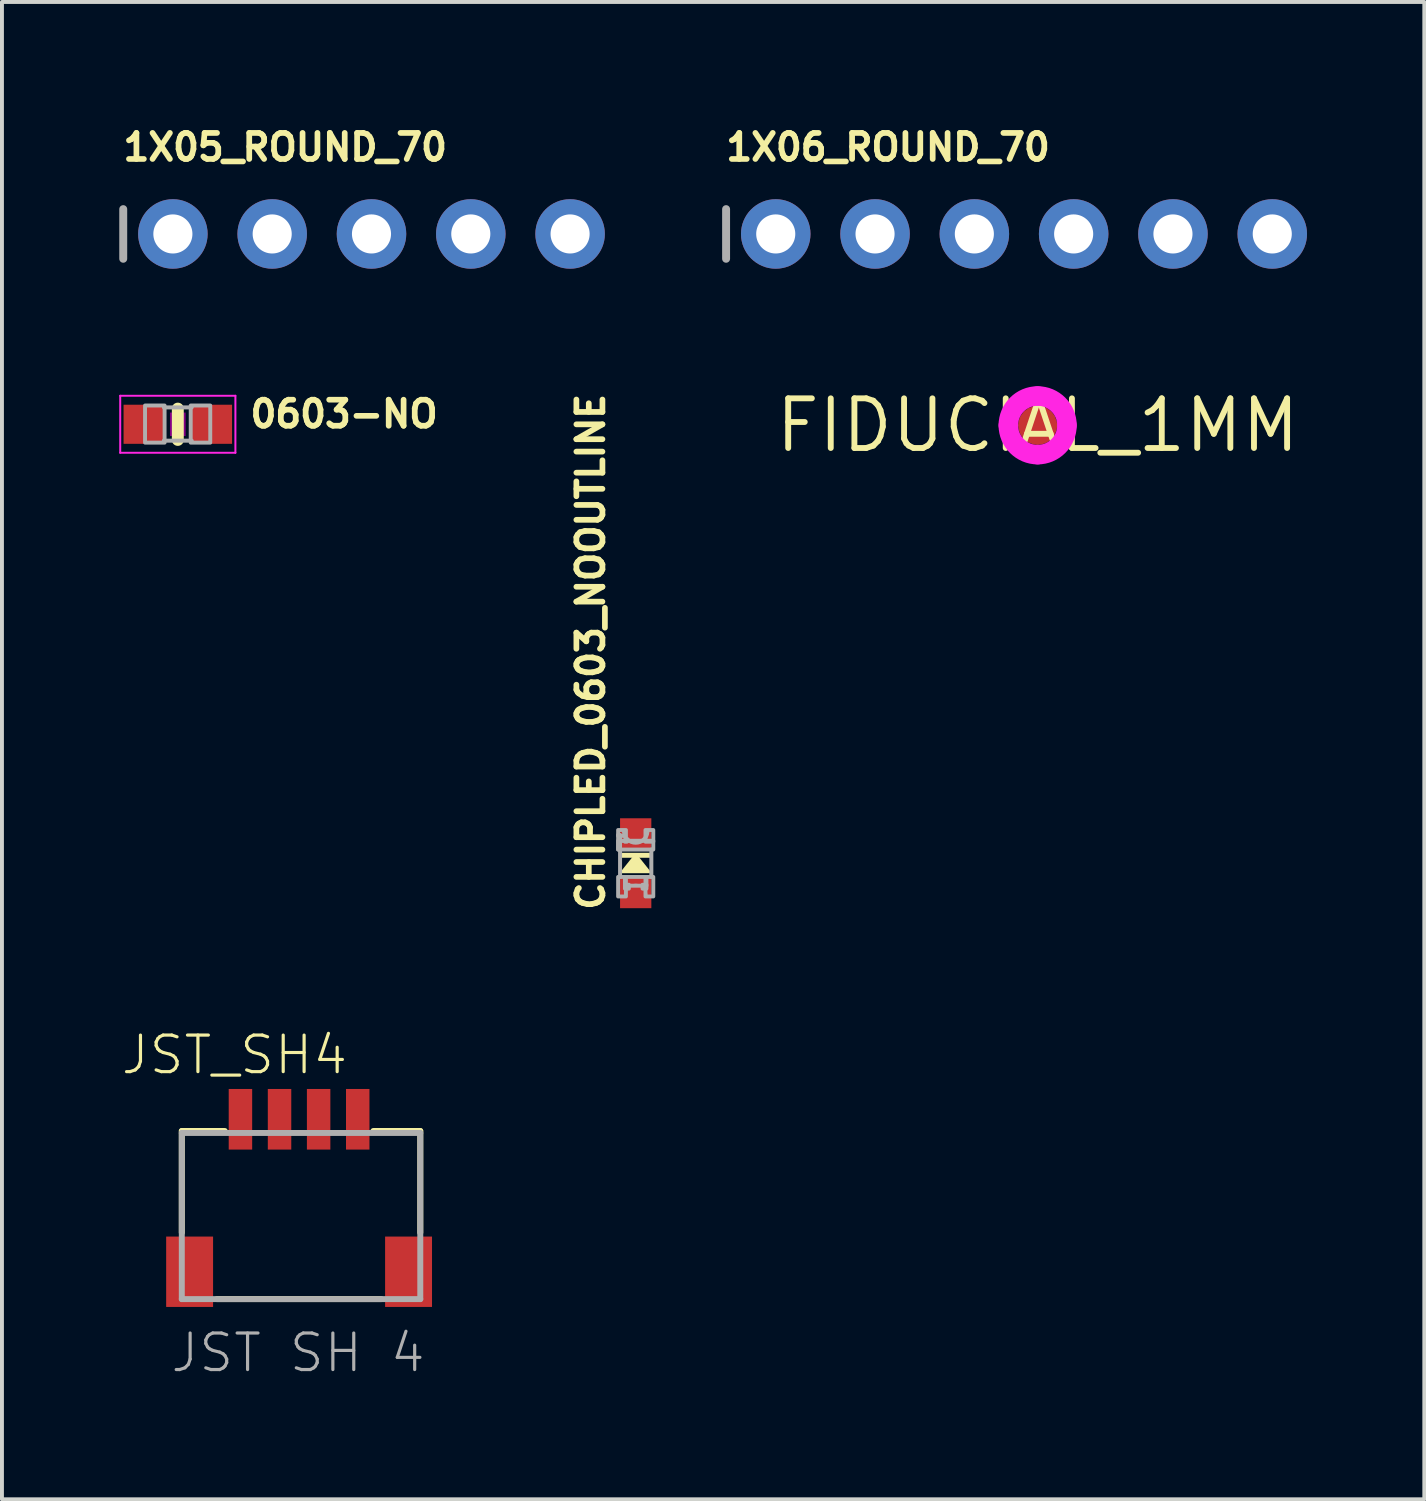
<source format=kicad_pcb>
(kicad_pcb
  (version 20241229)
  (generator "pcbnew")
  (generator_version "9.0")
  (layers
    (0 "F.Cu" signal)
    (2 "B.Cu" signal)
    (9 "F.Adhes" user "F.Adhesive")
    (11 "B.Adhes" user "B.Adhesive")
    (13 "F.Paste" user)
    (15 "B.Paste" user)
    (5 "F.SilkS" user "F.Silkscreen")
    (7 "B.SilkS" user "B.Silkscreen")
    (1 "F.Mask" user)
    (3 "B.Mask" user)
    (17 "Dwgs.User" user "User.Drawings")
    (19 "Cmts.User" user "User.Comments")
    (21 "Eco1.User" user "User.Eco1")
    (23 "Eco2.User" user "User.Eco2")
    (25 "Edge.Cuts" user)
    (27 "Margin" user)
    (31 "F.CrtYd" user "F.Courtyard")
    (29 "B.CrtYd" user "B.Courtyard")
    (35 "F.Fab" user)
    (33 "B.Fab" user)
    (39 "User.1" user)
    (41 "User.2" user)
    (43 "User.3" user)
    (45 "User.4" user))
  (footprint "CHIPLED_0603_NOOUTLINE"
    (layer "F.Cu")
    (at 13.21 19.03)
    (property "Reference" "CHIPLED_0603_NOOUTLINE" (at -0.762 1.27 90) (layer "F.SilkS") (effects (font (size 0.666 0.666) (thickness 0.146)) (justify left bottom)))
    (fp_poly (pts (xy 0.413 0.254) (xy -0.413 0.254) (xy 0 -0.262)) (stroke (width 0) (type solid)) (fill yes) (layer "F.SilkS"))
    (fp_poly (pts (xy -0.381 -0.14) (xy 0.381 -0.14) (xy 0.381 -0.267) (xy -0.381 -0.267)) (stroke (width 0) (type solid)) (fill yes) (layer "F.SilkS"))
    (fp_line (start -0.4 -0.375) (end -0.4 0.35) (stroke (width 0.102) (type solid)) (layer "F.Fab"))
    (fp_line (start 0.4 -0.35) (end 0.4 0.35) (stroke (width 0.102) (type solid)) (layer "F.Fab"))
    (fp_arc (start -0.275 0.825) (mid 0 0.55) (end 0.275 0.825) (stroke (width 0.0508) (type solid)) (layer "F.Fab"))
    (fp_arc (start 0.3 -0.799998) (mid -0.000001 -0.524966) (end -0.3 -0.8) (stroke (width 0.1016) (type solid)) (layer "F.Fab"))
    (fp_circle (center -0.35 -0.625) (end -0.275 -0.625) (stroke (width 0.051) (type solid)) (fill no) (layer "F.Fab"))
    (fp_poly (pts (xy -0.45 -0.7) (xy -0.25 -0.7) (xy -0.25 -0.85) (xy -0.45 -0.85)) (stroke (width 0.1) (type solid)) (fill no) (layer "F.Fab"))
    (fp_poly (pts (xy -0.45 -0.35) (xy -0.4 -0.35) (xy -0.4 -0.725) (xy -0.45 -0.725)) (stroke (width 0.1) (type solid)) (fill no) (layer "F.Fab"))
    (fp_poly (pts (xy -0.45 -0.35) (xy 0.45 -0.35) (xy 0.45 -0.575) (xy -0.45 -0.575)) (stroke (width 0.1) (type solid)) (fill no) (layer "F.Fab"))
    (fp_poly (pts (xy -0.45 0.85) (xy -0.25 0.85) (xy -0.25 0.35) (xy -0.45 0.35)) (stroke (width 0.1) (type solid)) (fill no) (layer "F.Fab"))
    (fp_poly (pts (xy -0.275 -0.55) (xy -0.225 -0.55) (xy -0.225 -0.6) (xy -0.275 -0.6)) (stroke (width 0.1) (type solid)) (fill no) (layer "F.Fab"))
    (fp_poly (pts (xy -0.275 0.575) (xy 0.275 0.575) (xy 0.275 0.35) (xy -0.275 0.35)) (stroke (width 0.1) (type solid)) (fill no) (layer "F.Fab"))
    (fp_poly (pts (xy -0.275 0.65) (xy -0.175 0.65) (xy -0.175 0.55) (xy -0.275 0.55)) (stroke (width 0.1) (type solid)) (fill no) (layer "F.Fab"))
    (fp_poly (pts (xy 0.175 0.65) (xy 0.275 0.65) (xy 0.275 0.55) (xy 0.175 0.55)) (stroke (width 0.1) (type solid)) (fill no) (layer "F.Fab"))
    (fp_poly (pts (xy 0.25 -0.55) (xy 0.45 -0.55) (xy 0.45 -0.85) (xy 0.25 -0.85)) (stroke (width 0.1) (type solid)) (fill no) (layer "F.Fab"))
    (fp_poly (pts (xy 0.25 0.85) (xy 0.45 0.85) (xy 0.45 0.35) (xy 0.25 0.35)) (stroke (width 0.1) (type solid)) (fill no) (layer "F.Fab"))
    (pad "A" smd rect (at 0 0.75) (size 0.8 0.8) (layers "F.Cu" "F.Mask" "F.Paste"))
    (pad "C" smd rect (at 0 -0.75) (size 0.8 0.8) (layers "F.Cu" "F.Mask" "F.Paste")))
  (footprint "0603-NO"
    (layer "F.Cu")
    (at 1.498 7.802)
    (property "Reference" "0603-NO" (at 1.778 0.127 0) (layer "F.SilkS") (effects (font (size 0.666 0.666) (thickness 0.146)) (justify left bottom)))
    (fp_line (start 0 -0.4) (end 0 0.4) (stroke (width 0.305) (type solid)) (layer "F.SilkS"))
    (fp_poly (pts (xy -0.2 0.3) (xy 0.2 0.3) (xy 0.2 -0.3) (xy -0.2 -0.3)) (stroke (width 0) (type solid)) (fill yes) (layer "F.Adhes"))
    (fp_line (start -1.473 -0.729) (end 1.473 -0.729) (stroke (width 0.051) (type solid)) (layer "F.CrtYd"))
    (fp_line (start -1.473 0.729) (end -1.473 -0.729) (stroke (width 0.051) (type solid)) (layer "F.CrtYd"))
    (fp_line (start 1.473 -0.729) (end 1.473 0.729) (stroke (width 0.051) (type solid)) (layer "F.CrtYd"))
    (fp_line (start 1.473 0.729) (end -1.473 0.729) (stroke (width 0.051) (type solid)) (layer "F.CrtYd"))
    (fp_line (start -0.356 -0.432) (end 0.356 -0.432) (stroke (width 0.102) (type solid)) (layer "F.Fab"))
    (fp_line (start -0.356 0.419) (end 0.356 0.419) (stroke (width 0.102) (type solid)) (layer "F.Fab"))
    (fp_poly (pts (xy -0.838 0.47) (xy -0.338 0.47) (xy -0.338 -0.48) (xy -0.838 -0.48)) (stroke (width 0.1) (type solid)) (fill no) (layer "F.Fab"))
    (fp_poly (pts (xy 0.33 0.47) (xy 0.83 0.47) (xy 0.83 -0.48) (xy 0.33 -0.48)) (stroke (width 0.1) (type solid)) (fill no) (layer "F.Fab"))
    (pad "1" smd rect (at -0.85 0) (size 1.075 1) (layers "F.Cu" "F.Mask" "F.Paste"))
    (pad "2" smd rect (at 0.85 0) (size 1.075 1) (layers "F.Cu" "F.Mask" "F.Paste")))
  (footprint "FIDUCIAL_1MM"
    (layer "F.Cu")
    (at 23.491 7.829)
    (property "Reference" "FIDUCIAL_1MM" (at 0 0 0) (layer "F.SilkS") (effects (font (size 1.27 1.27) (thickness 0.15))))
    (fp_arc (start -0.75 0) (mid -0.53033 -0.53033) (end 0 -0.75) (stroke (width 0.5) (type solid)) (layer "F.Mask"))
    (fp_arc (start 0 -0.75) (mid 0.53033 -0.53033) (end 0.75 0) (stroke (width 0.5) (type solid)) (layer "F.Mask"))
    (fp_arc (start 0 0.75) (mid -0.53033 0.53033) (end -0.75 0) (stroke (width 0.5) (type solid)) (layer "F.Mask"))
    (fp_arc (start 0.75 0) (mid 0.53033 0.53033) (end 0 0.75) (stroke (width 0.5) (type solid)) (layer "F.Mask"))
    (fp_arc (start -0.75 0) (mid -0.53033 -0.53033) (end 0 -0.75) (stroke (width 0.5) (type solid)) (layer "F.CrtYd"))
    (fp_arc (start 0 -0.75) (mid 0.53033 -0.53033) (end 0.75 0) (stroke (width 0.5) (type solid)) (layer "F.CrtYd"))
    (fp_arc (start 0 0.75) (mid -0.53033 0.53033) (end -0.75 0) (stroke (width 0.5) (type solid)) (layer "F.CrtYd"))
    (fp_arc (start 0.75 0) (mid 0.53033 0.53033) (end 0 0.75) (stroke (width 0.5) (type solid)) (layer "F.CrtYd"))
    (pad "1" smd roundrect (at 0 0) (size 1 1) (layers "F.Cu" "F.Mask") (roundrect_rratio 0.5)))
  (footprint "JST_SH4"
    (layer "F.Cu")
    (at 4.6 28.093)
    (property "Reference" "JST_SH4" (at -4.6 -3.614 0) (layer "F.SilkS") (effects (font (size 0.935 0.935) (thickness 0.081)) (justify left bottom)))
    (fp_line (start -3 -2.214) (end -1.9 -2.214) (stroke (width 0.152) (type solid)) (layer "F.SilkS"))
    (fp_line (start -3 0.386) (end -3 -2.214) (stroke (width 0.152) (type solid)) (layer "F.SilkS"))
    (fp_line (start -2.1 2.086) (end 2.1 2.086) (stroke (width 0.152) (type solid)) (layer "F.SilkS"))
    (fp_line (start 1.9 -2.214) (end 3.1 -2.214) (stroke (width 0.152) (type solid)) (layer "F.SilkS"))
    (fp_line (start 3.1 -2.214) (end 3.1 0.386) (stroke (width 0.152) (type solid)) (layer "F.SilkS"))
    (fp_line (start -3 -2.164) (end 3.1 -2.164) (stroke (width 0.152) (type solid)) (layer "F.Fab"))
    (fp_line (start -3 2.086) (end -3 -2.164) (stroke (width 0.152) (type solid)) (layer "F.Fab"))
    (fp_line (start 3.1 -2.164) (end 3.1 2.086) (stroke (width 0.152) (type solid)) (layer "F.Fab"))
    (fp_line (start 3.1 2.086) (end -3 2.086) (stroke (width 0.152) (type solid)) (layer "F.Fab"))
    (fp_text user "JST SH 4" (at -3.33 4.006 0) (layer "F.Fab") (effects (font (size 0.935 0.935) (thickness 0.081)) (justify left bottom)))
    (pad "1" smd rect (at -1.5 -2.514 90) (size 1.55 0.6) (layers "F.Cu" "F.Mask" "F.Paste"))
    (pad "2" smd rect (at -0.5 -2.514 90) (size 1.55 0.6) (layers "F.Cu" "F.Mask" "F.Paste"))
    (pad "3" smd rect (at 0.5 -2.514 90) (size 1.55 0.6) (layers "F.Cu" "F.Mask" "F.Paste"))
    (pad "4" smd rect (at 1.5 -2.514 90) (size 1.55 0.6) (layers "F.Cu" "F.Mask" "F.Paste"))
    (pad "MT1" smd rect (at -2.8 1.386 90) (size 1.8 1.2) (layers "F.Cu" "F.Mask" "F.Paste"))
    (pad "MT2" smd rect (at 2.8 1.386 90) (size 1.8 1.2) (layers "F.Cu" "F.Mask" "F.Paste")))
  (footprint "1X06_ROUND_70"
    (layer "F.Cu")
    (at 23.142 2.934)
    (property "Reference" "1X06_ROUND_70" (at -7.696 -1.829 0) (layer "F.SilkS") (effects (font (size 0.666 0.666) (thickness 0.146)) (justify left bottom)))
    (fp_line (start -7.62 -0.635) (end -7.62 0.635) (stroke (width 0.203) (type solid)) (layer "F.Fab"))
    (fp_poly (pts (xy -6.604 0.254) (xy -6.096 0.254) (xy -6.096 -0.254) (xy -6.604 -0.254)) (stroke (width 0.1) (type solid)) (fill no) (layer "F.Fab"))
    (fp_poly (pts (xy -4.064 0.254) (xy -3.556 0.254) (xy -3.556 -0.254) (xy -4.064 -0.254)) (stroke (width 0.1) (type solid)) (fill no) (layer "F.Fab"))
    (fp_poly (pts (xy -1.524 0.254) (xy -1.016 0.254) (xy -1.016 -0.254) (xy -1.524 -0.254)) (stroke (width 0.1) (type solid)) (fill no) (layer "F.Fab"))
    (fp_poly (pts (xy 1.016 0.254) (xy 1.524 0.254) (xy 1.524 -0.254) (xy 1.016 -0.254)) (stroke (width 0.1) (type solid)) (fill no) (layer "F.Fab"))
    (fp_poly (pts (xy 3.556 0.254) (xy 4.064 0.254) (xy 4.064 -0.254) (xy 3.556 -0.254)) (stroke (width 0.1) (type solid)) (fill no) (layer "F.Fab"))
    (fp_poly (pts (xy 6.096 0.254) (xy 6.604 0.254) (xy 6.604 -0.254) (xy 6.096 -0.254)) (stroke (width 0.1) (type solid)) (fill no) (layer "F.Fab"))
    (pad "1" thru_hole circle (at -6.35 0 90) (size 1.778 1.778) (drill 1) (layers "*.Cu" "*.Mask"))
    (pad "2" thru_hole circle (at -3.81 0 90) (size 1.778 1.778) (drill 1) (layers "*.Cu" "*.Mask"))
    (pad "3" thru_hole circle (at -1.27 0 90) (size 1.778 1.778) (drill 1) (layers "*.Cu" "*.Mask"))
    (pad "4" thru_hole circle (at 1.27 0 90) (size 1.778 1.778) (drill 1) (layers "*.Cu" "*.Mask"))
    (pad "5" thru_hole circle (at 3.81 0 90) (size 1.778 1.778) (drill 1) (layers "*.Cu" "*.Mask"))
    (pad "6" thru_hole circle (at 6.35 0 90) (size 1.778 1.778) (drill 1) (layers "*.Cu" "*.Mask")))
  (footprint "1X05_ROUND_70"
    (layer "F.Cu")
    (at 6.452 2.934)
    (property "Reference" "1X05_ROUND_70" (at -6.426 -1.829 0) (layer "F.SilkS") (effects (font (size 0.666 0.666) (thickness 0.146)) (justify left bottom)))
    (fp_line (start -6.35 -0.635) (end -6.35 0.635) (stroke (width 0.203) (type solid)) (layer "F.Fab"))
    (fp_poly (pts (xy -5.334 0.254) (xy -4.826 0.254) (xy -4.826 -0.254) (xy -5.334 -0.254)) (stroke (width 0.1) (type solid)) (fill no) (layer "F.Fab"))
    (fp_poly (pts (xy -2.794 0.254) (xy -2.286 0.254) (xy -2.286 -0.254) (xy -2.794 -0.254)) (stroke (width 0.1) (type solid)) (fill no) (layer "F.Fab"))
    (fp_poly (pts (xy -0.254 0.254) (xy 0.254 0.254) (xy 0.254 -0.254) (xy -0.254 -0.254)) (stroke (width 0.1) (type solid)) (fill no) (layer "F.Fab"))
    (fp_poly (pts (xy 2.286 0.254) (xy 2.794 0.254) (xy 2.794 -0.254) (xy 2.286 -0.254)) (stroke (width 0.1) (type solid)) (fill no) (layer "F.Fab"))
    (fp_poly (pts (xy 4.826 0.254) (xy 5.334 0.254) (xy 5.334 -0.254) (xy 4.826 -0.254)) (stroke (width 0.1) (type solid)) (fill no) (layer "F.Fab"))
    (pad "1" thru_hole circle (at -5.08 0 90) (size 1.778 1.778) (drill 1) (layers "*.Cu" "*.Mask"))
    (pad "2" thru_hole circle (at -2.54 0 90) (size 1.778 1.778) (drill 1) (layers "*.Cu" "*.Mask"))
    (pad "3" thru_hole circle (at 0 0 90) (size 1.778 1.778) (drill 1) (layers "*.Cu" "*.Mask"))
    (pad "4" thru_hole circle (at 2.54 0 90) (size 1.778 1.778) (drill 1) (layers "*.Cu" "*.Mask"))
    (pad "5" thru_hole circle (at 5.08 0 90) (size 1.778 1.778) (drill 1) (layers "*.Cu" "*.Mask")))
  (gr_rect
    (start -3 -3)
    (end 33.381 35.299)
    (stroke (width 0.1) (type default))
    (fill no)
    (layer "Edge.Cuts")))
</source>
